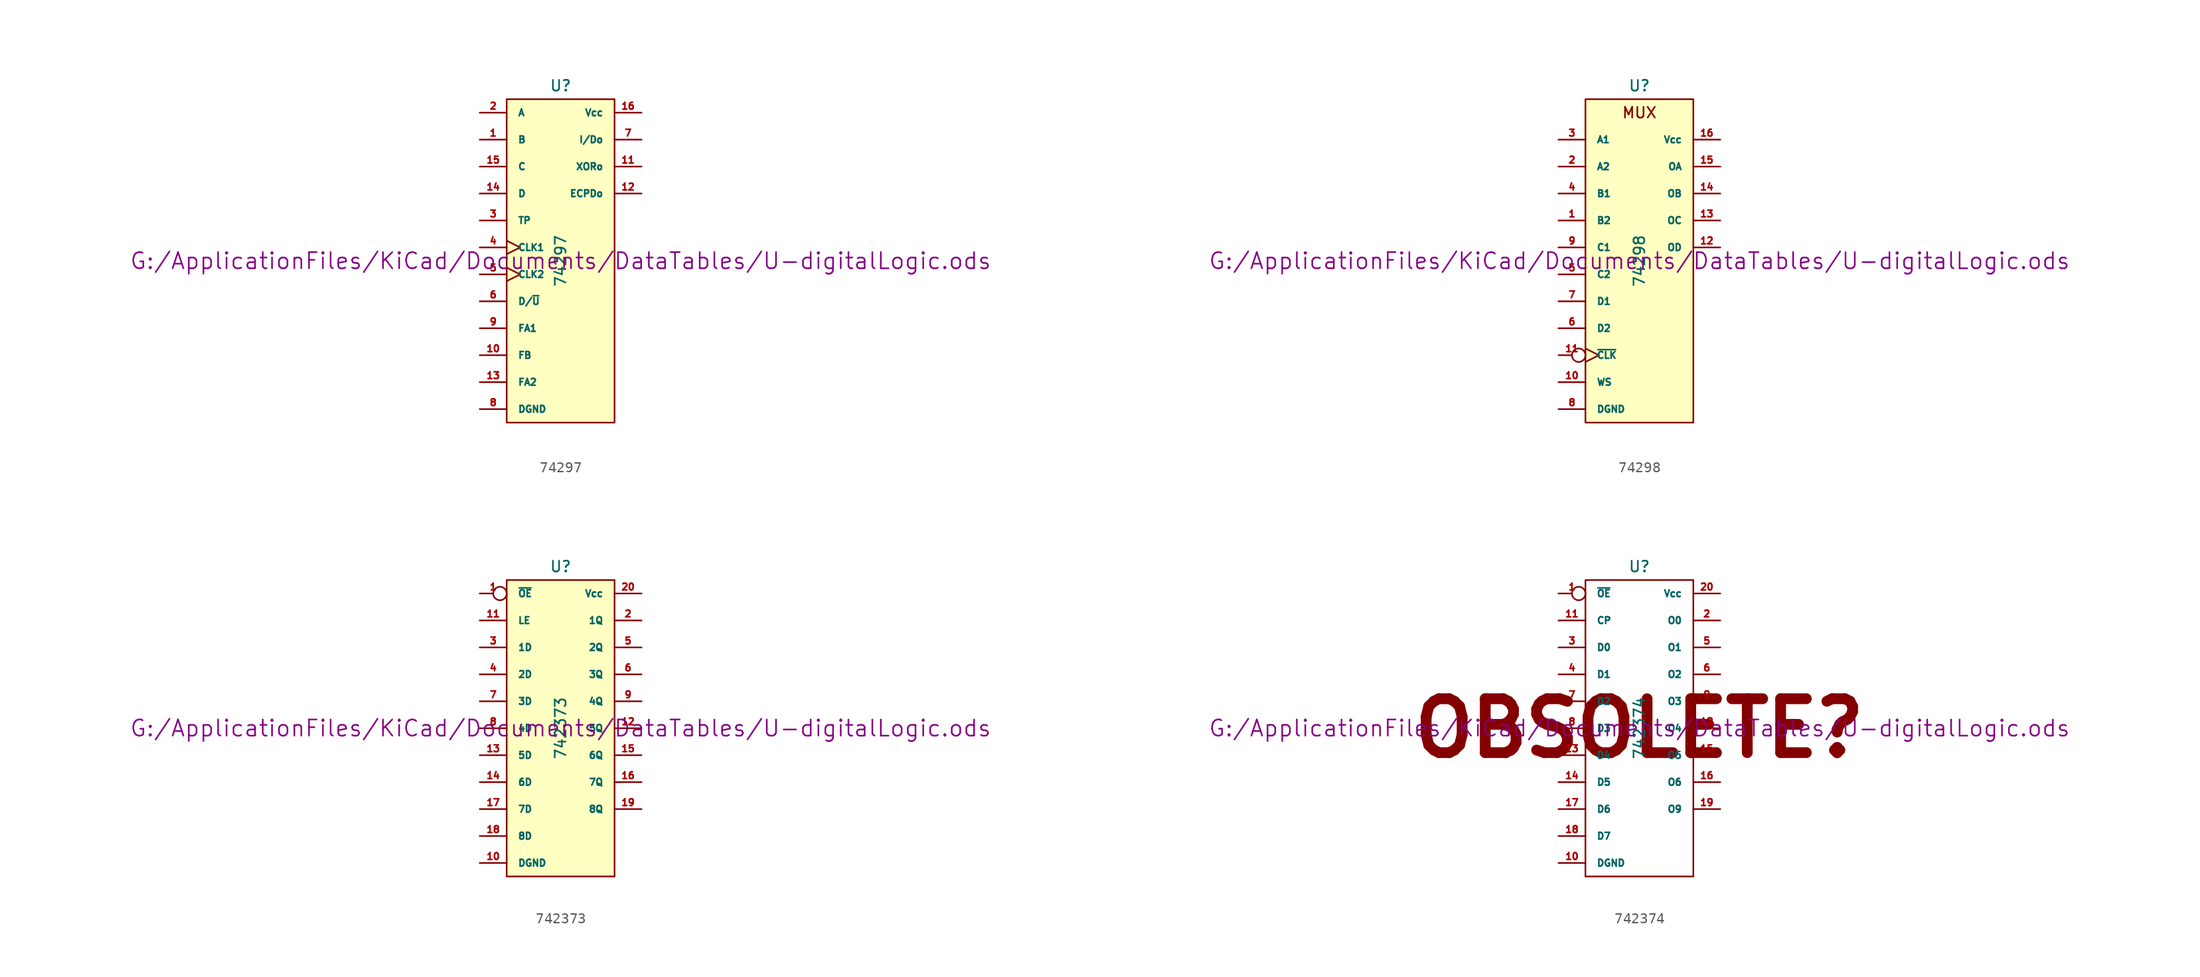
<source format=kicad_sym>
(kicad_symbol_lib
  (version 20211014)
  (generator kicad_symbol_editor)
  (symbol "74297"
    (pin_names
      (offset 1.016))
    (property "Reference" "U"
      (at 0 16.51 0)
      (effects (font (size 1.016 1.016))))
    (property "Value" "74297"
      (at 0 0 90)
      (effects (font (size 1.016 1.016))))
    (property "Footprint" ""
      (at 0 0 0)
      (effects (font (size 1.524 1.524))))
    (property "Datasheet" "G:/ApplicationFiles/KiCad/Documents/DataTables/U-digitalLogic.ods"
      (at 0 0 0)
      (effects (font (size 1.524 1.524))))
    (symbol "74297_0_1"
      (rectangle (start -5.08 15.24) (end 5.08 -15.24) (stroke (width 0) (type default) (color 0 0 0 0)) (fill (type background))))
    (symbol "74297_1_1"
      (pin input line (at -7.62 11.43 0) (length 2.54) (name "B" (effects (font (size 0.635 0.635)))) (number "1" (effects (font (size 0.635 0.635)))))
      (pin input line (at -7.62 -8.89 0) (length 2.54) (name "FB" (effects (font (size 0.635 0.635)))) (number "10" (effects (font (size 0.635 0.635)))))
      (pin output line (at 7.62 8.89 180) (length 2.54) (name "XORo" (effects (font (size 0.635 0.635)))) (number "11" (effects (font (size 0.635 0.635)))))
      (pin output line (at 7.62 6.35 180) (length 2.54) (name "ECPDo" (effects (font (size 0.635 0.635)))) (number "12" (effects (font (size 0.635 0.635)))))
      (pin input line (at -7.62 -11.43 0) (length 2.54) (name "FA2" (effects (font (size 0.635 0.635)))) (number "13" (effects (font (size 0.635 0.635)))))
      (pin input line (at -7.62 6.35 0) (length 2.54) (name "D" (effects (font (size 0.635 0.635)))) (number "14" (effects (font (size 0.635 0.635)))))
      (pin input line (at -7.62 8.89 0) (length 2.54) (name "C" (effects (font (size 0.635 0.635)))) (number "15" (effects (font (size 0.635 0.635)))))
      (pin power_in line (at 7.62 13.97 180) (length 2.54) (name "Vcc" (effects (font (size 0.635 0.635)))) (number "16" (effects (font (size 0.635 0.635)))))
      (pin input line (at -7.62 13.97 0) (length 2.54) (name "A" (effects (font (size 0.635 0.635)))) (number "2" (effects (font (size 0.635 0.635)))))
      (pin input line (at -7.62 3.81 0) (length 2.54) (name "TP" (effects (font (size 0.635 0.635)))) (number "3" (effects (font (size 0.635 0.635)))))
      (pin input clock (at -7.62 1.27 0) (length 2.54) (name "CLK1" (effects (font (size 0.635 0.635)))) (number "4" (effects (font (size 0.635 0.635)))))
      (pin input clock (at -7.62 -1.27 0) (length 2.54) (name "CLK2" (effects (font (size 0.635 0.635)))) (number "5" (effects (font (size 0.635 0.635)))))
      (pin input line (at -7.62 -3.81 0) (length 2.54) (name "D/~{U}" (effects (font (size 0.635 0.635)))) (number "6" (effects (font (size 0.635 0.635)))))
      (pin output line (at 7.62 11.43 180) (length 2.54) (name "I/Do" (effects (font (size 0.635 0.635)))) (number "7" (effects (font (size 0.635 0.635)))))
      (pin power_in line (at -7.62 -13.97 0) (length 2.54) (name "DGND" (effects (font (size 0.635 0.635)))) (number "8" (effects (font (size 0.635 0.635)))))
      (pin input line (at -7.62 -6.35 0) (length 2.54) (name "FA1" (effects (font (size 0.635 0.635)))) (number "9" (effects (font (size 0.635 0.635)))))))
  (symbol "74298"
    (pin_names
      (offset 1.016))
    (property "Reference" "U"
      (at 0 16.51 0)
      (effects (font (size 1.016 1.016))))
    (property "Value" "74298"
      (at 0 0 90)
      (effects (font (size 1.016 1.016))))
    (property "Footprint" ""
      (at 0 0 0)
      (effects (font (size 1.524 1.524))))
    (property "Datasheet" "G:/ApplicationFiles/KiCad/Documents/DataTables/U-digitalLogic.ods"
      (at 0 0 0)
      (effects (font (size 1.524 1.524))))
    (symbol "74298_0_0"
      (text "MUX" (at 0 13.97 0) (effects (font (size 1.016 1.016)))))
    (symbol "74298_0_1"
      (rectangle (start -5.08 15.24) (end 5.08 -15.24) (stroke (width 0) (type default) (color 0 0 0 0)) (fill (type background))))
    (symbol "74298_1_1"
      (pin input line (at -7.62 3.81 0) (length 2.54) (name "B2" (effects (font (size 0.635 0.635)))) (number "1" (effects (font (size 0.635 0.635)))))
      (pin input line (at -7.62 -11.43 0) (length 2.54) (name "WS" (effects (font (size 0.635 0.635)))) (number "10" (effects (font (size 0.635 0.635)))))
      (pin input inverted_clock (at -7.62 -8.89 0) (length 2.54) (name "~{CLK}" (effects (font (size 0.635 0.635)))) (number "11" (effects (font (size 0.635 0.635)))))
      (pin output line (at 7.62 1.27 180) (length 2.54) (name "OD" (effects (font (size 0.635 0.635)))) (number "12" (effects (font (size 0.635 0.635)))))
      (pin output line (at 7.62 3.81 180) (length 2.54) (name "OC" (effects (font (size 0.635 0.635)))) (number "13" (effects (font (size 0.635 0.635)))))
      (pin output line (at 7.62 6.35 180) (length 2.54) (name "OB" (effects (font (size 0.635 0.635)))) (number "14" (effects (font (size 0.635 0.635)))))
      (pin output line (at 7.62 8.89 180) (length 2.54) (name "OA" (effects (font (size 0.635 0.635)))) (number "15" (effects (font (size 0.635 0.635)))))
      (pin power_in line (at 7.62 11.43 180) (length 2.54) (name "Vcc" (effects (font (size 0.635 0.635)))) (number "16" (effects (font (size 0.635 0.635)))))
      (pin input line (at -7.62 8.89 0) (length 2.54) (name "A2" (effects (font (size 0.635 0.635)))) (number "2" (effects (font (size 0.635 0.635)))))
      (pin input line (at -7.62 11.43 0) (length 2.54) (name "A1" (effects (font (size 0.635 0.635)))) (number "3" (effects (font (size 0.635 0.635)))))
      (pin input line (at -7.62 6.35 0) (length 2.54) (name "B1" (effects (font (size 0.635 0.635)))) (number "4" (effects (font (size 0.635 0.635)))))
      (pin input line (at -7.62 -1.27 0) (length 2.54) (name "C2" (effects (font (size 0.635 0.635)))) (number "5" (effects (font (size 0.635 0.635)))))
      (pin input line (at -7.62 -6.35 0) (length 2.54) (name "D2" (effects (font (size 0.635 0.635)))) (number "6" (effects (font (size 0.635 0.635)))))
      (pin input line (at -7.62 -3.81 0) (length 2.54) (name "D1" (effects (font (size 0.635 0.635)))) (number "7" (effects (font (size 0.635 0.635)))))
      (pin power_in line (at -7.62 -13.97 0) (length 2.54) (name "DGND" (effects (font (size 0.635 0.635)))) (number "8" (effects (font (size 0.635 0.635)))))
      (pin input line (at -7.62 1.27 0) (length 2.54) (name "C1" (effects (font (size 0.635 0.635)))) (number "9" (effects (font (size 0.635 0.635)))))))
  (symbol "742373"
    (pin_names
      (offset 1.016))
    (property "Reference" "U"
      (at 0 15.24 0)
      (effects (font (size 1.016 1.016))))
    (property "Value" "742373"
      (at 0 0 90)
      (effects (font (size 1.016 1.016))))
    (property "Footprint" ""
      (at 0 0 0)
      (effects (font (size 1.524 1.524))))
    (property "Datasheet" "G:/ApplicationFiles/KiCad/Documents/DataTables/U-digitalLogic.ods"
      (at 0 0 0)
      (effects (font (size 1.524 1.524))))
    (symbol "742373_0_1"
      (rectangle (start -5.08 13.97) (end 5.08 -13.97) (stroke (width 0) (type default) (color 0 0 0 0)) (fill (type background))))
    (symbol "742373_1_1"
      (pin input inverted (at -7.62 12.7 0) (length 2.54) (name "~{OE}" (effects (font (size 0.635 0.635)))) (number "1" (effects (font (size 0.635 0.635)))))
      (pin power_in line (at -7.62 -12.7 0) (length 2.54) (name "DGND" (effects (font (size 0.635 0.635)))) (number "10" (effects (font (size 0.635 0.635)))))
      (pin input line (at -7.62 10.16 0) (length 2.54) (name "LE" (effects (font (size 0.635 0.635)))) (number "11" (effects (font (size 0.635 0.635)))))
      (pin tri_state line (at 7.62 0 180) (length 2.54) (name "5Q" (effects (font (size 0.635 0.635)))) (number "12" (effects (font (size 0.635 0.635)))))
      (pin input line (at -7.62 -2.54 0) (length 2.54) (name "5D" (effects (font (size 0.635 0.635)))) (number "13" (effects (font (size 0.635 0.635)))))
      (pin input line (at -7.62 -5.08 0) (length 2.54) (name "6D" (effects (font (size 0.635 0.635)))) (number "14" (effects (font (size 0.635 0.635)))))
      (pin tri_state line (at 7.62 -2.54 180) (length 2.54) (name "6Q" (effects (font (size 0.635 0.635)))) (number "15" (effects (font (size 0.635 0.635)))))
      (pin tri_state line (at 7.62 -5.08 180) (length 2.54) (name "7Q" (effects (font (size 0.635 0.635)))) (number "16" (effects (font (size 0.635 0.635)))))
      (pin input line (at -7.62 -7.62 0) (length 2.54) (name "7D" (effects (font (size 0.635 0.635)))) (number "17" (effects (font (size 0.635 0.635)))))
      (pin input line (at -7.62 -10.16 0) (length 2.54) (name "8D" (effects (font (size 0.635 0.635)))) (number "18" (effects (font (size 0.635 0.635)))))
      (pin tri_state line (at 7.62 -7.62 180) (length 2.54) (name "8Q" (effects (font (size 0.635 0.635)))) (number "19" (effects (font (size 0.635 0.635)))))
      (pin tri_state line (at 7.62 10.16 180) (length 2.54) (name "1Q" (effects (font (size 0.635 0.635)))) (number "2" (effects (font (size 0.635 0.635)))))
      (pin power_in line (at 7.62 12.7 180) (length 2.54) (name "Vcc" (effects (font (size 0.635 0.635)))) (number "20" (effects (font (size 0.635 0.635)))))
      (pin input line (at -7.62 7.62 0) (length 2.54) (name "1D" (effects (font (size 0.635 0.635)))) (number "3" (effects (font (size 0.635 0.635)))))
      (pin input line (at -7.62 5.08 0) (length 2.54) (name "2D" (effects (font (size 0.635 0.635)))) (number "4" (effects (font (size 0.635 0.635)))))
      (pin tri_state line (at 7.62 7.62 180) (length 2.54) (name "2Q" (effects (font (size 0.635 0.635)))) (number "5" (effects (font (size 0.635 0.635)))))
      (pin tri_state line (at 7.62 5.08 180) (length 2.54) (name "3Q" (effects (font (size 0.635 0.635)))) (number "6" (effects (font (size 0.635 0.635)))))
      (pin input line (at -7.62 2.54 0) (length 2.54) (name "3D" (effects (font (size 0.635 0.635)))) (number "7" (effects (font (size 0.635 0.635)))))
      (pin input line (at -7.62 0 0) (length 2.54) (name "4D" (effects (font (size 0.635 0.635)))) (number "8" (effects (font (size 0.635 0.635)))))
      (pin tri_state line (at 7.62 2.54 180) (length 2.54) (name "4Q" (effects (font (size 0.635 0.635)))) (number "9" (effects (font (size 0.635 0.635)))))))
  (symbol "742374"
    (pin_names
      (offset 1.016))
    (property "Reference" "U"
      (at 0 15.24 0)
      (effects (font (size 1.016 1.016))))
    (property "Value" "742374"
      (at 0 0 90)
      (effects (font (size 1.016 1.016))))
    (property "Footprint" ""
      (at 0 0 0)
      (effects (font (size 1.524 1.524))))
    (property "Datasheet" "G:/ApplicationFiles/KiCad/Documents/DataTables/U-digitalLogic.ods"
      (at 0 0 0)
      (effects (font (size 1.524 1.524))))
    (symbol "742374_0_0"
      (text "OBSOLETE?" (at 0 0 0) (effects (font (size 5.08 5.08) bold))))
    (symbol "742374_0_1"
      (rectangle (start -5.08 13.97) (end 5.08 -13.97) (stroke (width 0) (type default) (color 0 0 0 0)) (fill (type none))))
    (symbol "742374_1_1"
      (pin input inverted (at -7.62 12.7 0) (length 2.54) (name "~{OE}" (effects (font (size 0.635 0.635)))) (number "1" (effects (font (size 0.635 0.635)))))
      (pin power_in line (at -7.62 -12.7 0) (length 2.54) (name "DGND" (effects (font (size 0.635 0.635)))) (number "10" (effects (font (size 0.635 0.635)))))
      (pin input line (at -7.62 10.16 0) (length 2.54) (name "CP" (effects (font (size 0.635 0.635)))) (number "11" (effects (font (size 0.635 0.635)))))
      (pin output line (at 7.62 0 180) (length 2.54) (name "O4" (effects (font (size 0.635 0.635)))) (number "12" (effects (font (size 0.635 0.635)))))
      (pin input line (at -7.62 -2.54 0) (length 2.54) (name "D4" (effects (font (size 0.635 0.635)))) (number "13" (effects (font (size 0.635 0.635)))))
      (pin input line (at -7.62 -5.08 0) (length 2.54) (name "D5" (effects (font (size 0.635 0.635)))) (number "14" (effects (font (size 0.635 0.635)))))
      (pin output line (at 7.62 -2.54 180) (length 2.54) (name "O5" (effects (font (size 0.635 0.635)))) (number "15" (effects (font (size 0.635 0.635)))))
      (pin output line (at 7.62 -5.08 180) (length 2.54) (name "O6" (effects (font (size 0.635 0.635)))) (number "16" (effects (font (size 0.635 0.635)))))
      (pin input line (at -7.62 -7.62 0) (length 2.54) (name "D6" (effects (font (size 0.635 0.635)))) (number "17" (effects (font (size 0.635 0.635)))))
      (pin input line (at -7.62 -10.16 0) (length 2.54) (name "D7" (effects (font (size 0.635 0.635)))) (number "18" (effects (font (size 0.635 0.635)))))
      (pin output line (at 7.62 -7.62 180) (length 2.54) (name "O9" (effects (font (size 0.635 0.635)))) (number "19" (effects (font (size 0.635 0.635)))))
      (pin output line (at 7.62 10.16 180) (length 2.54) (name "O0" (effects (font (size 0.635 0.635)))) (number "2" (effects (font (size 0.635 0.635)))))
      (pin power_in line (at 7.62 12.7 180) (length 2.54) (name "Vcc" (effects (font (size 0.635 0.635)))) (number "20" (effects (font (size 0.635 0.635)))))
      (pin input line (at -7.62 7.62 0) (length 2.54) (name "D0" (effects (font (size 0.635 0.635)))) (number "3" (effects (font (size 0.635 0.635)))))
      (pin input line (at -7.62 5.08 0) (length 2.54) (name "D1" (effects (font (size 0.635 0.635)))) (number "4" (effects (font (size 0.635 0.635)))))
      (pin output line (at 7.62 7.62 180) (length 2.54) (name "O1" (effects (font (size 0.635 0.635)))) (number "5" (effects (font (size 0.635 0.635)))))
      (pin output line (at 7.62 5.08 180) (length 2.54) (name "O2" (effects (font (size 0.635 0.635)))) (number "6" (effects (font (size 0.635 0.635)))))
      (pin input line (at -7.62 2.54 0) (length 2.54) (name "D2" (effects (font (size 0.635 0.635)))) (number "7" (effects (font (size 0.635 0.635)))))
      (pin input line (at -7.62 0 0) (length 2.54) (name "D3" (effects (font (size 0.635 0.635)))) (number "8" (effects (font (size 0.635 0.635)))))
      (pin output line (at 7.62 2.54 180) (length 2.54) (name "O3" (effects (font (size 0.635 0.635)))) (number "9" (effects (font (size 0.635 0.635))))))))
</source>
